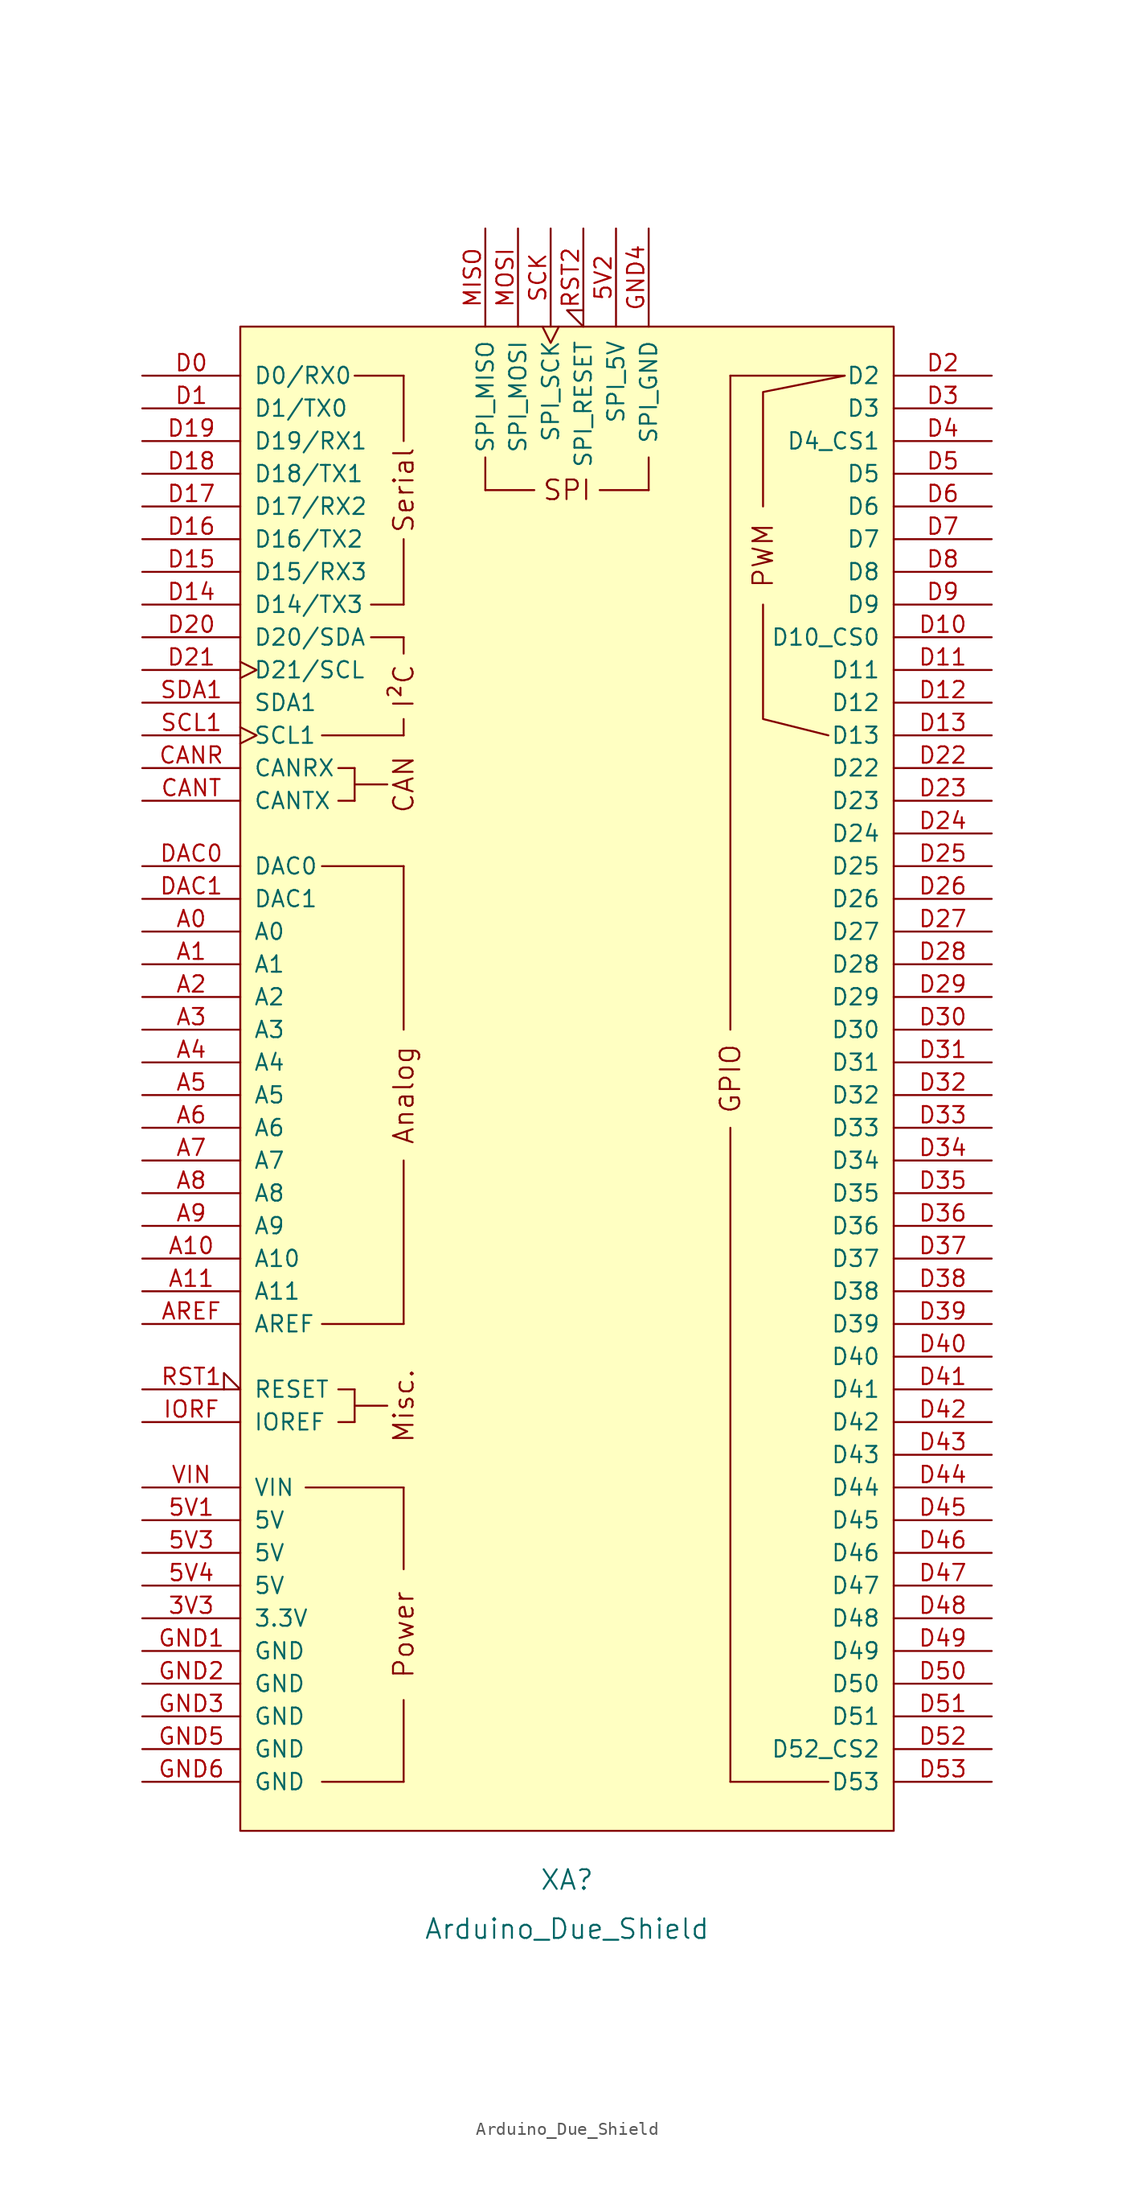
<source format=kicad_sym>
(kicad_symbol_lib
  (version 20211014)
  (generator kicad_symbol_editor)
  (symbol "Arduino_Due_Shield"
    (pin_names
      (offset 1.016))
    (property "Reference" "XA"
      (at 0 -62.23 0)
      (effects (font (size 1.524 1.524))))
    (property "Value" "Arduino_Due_Shield"
      (at 0 -66.04 0)
      (effects (font (size 1.524 1.524))))
    (symbol "Arduino_Due_Shield_0_0"
      (rectangle (start -25.4 -58.42) (end 25.4 58.42) (stroke (width 0) (type default) (color 0 0 0 0)) (fill (type background)))
      (rectangle (start -20.32 -31.75) (end -12.7 -31.75) (stroke (width 0) (type default) (color 0 0 0 0)) (fill (type none)))
      (rectangle (start -19.05 -54.61) (end -12.7 -54.61) (stroke (width 0) (type default) (color 0 0 0 0)) (fill (type none)))
      (rectangle (start -19.05 -19.05) (end -12.7 -19.05) (stroke (width 0) (type default) (color 0 0 0 0)) (fill (type none)))
      (rectangle (start -19.05 16.51) (end -12.7 16.51) (stroke (width 0) (type default) (color 0 0 0 0)) (fill (type none)))
      (rectangle (start -19.05 26.67) (end -12.7 26.67) (stroke (width 0) (type default) (color 0 0 0 0)) (fill (type none)))
      (rectangle (start -17.78 -26.67) (end -16.51 -26.67) (stroke (width 0) (type default) (color 0 0 0 0)) (fill (type none)))
      (rectangle (start -17.78 -24.13) (end -16.51 -24.13) (stroke (width 0) (type default) (color 0 0 0 0)) (fill (type none)))
      (rectangle (start -17.78 21.59) (end -16.51 21.59) (stroke (width 0) (type default) (color 0 0 0 0)) (fill (type none)))
      (rectangle (start -17.78 24.13) (end -16.51 24.13) (stroke (width 0) (type default) (color 0 0 0 0)) (fill (type none)))
      (rectangle (start -16.51 -25.4) (end -13.97 -25.4) (stroke (width 0) (type default) (color 0 0 0 0)) (fill (type none)))
      (rectangle (start -16.51 -24.13) (end -16.51 -26.67) (stroke (width 0) (type default) (color 0 0 0 0)) (fill (type none)))
      (rectangle (start -16.51 22.86) (end -13.97 22.86) (stroke (width 0) (type default) (color 0 0 0 0)) (fill (type none)))
      (rectangle (start -16.51 24.13) (end -16.51 21.59) (stroke (width 0) (type default) (color 0 0 0 0)) (fill (type none)))
      (rectangle (start -16.51 54.61) (end -12.7 54.61) (stroke (width 0) (type default) (color 0 0 0 0)) (fill (type none)))
      (rectangle (start -15.24 34.29) (end -12.7 34.29) (stroke (width 0) (type default) (color 0 0 0 0)) (fill (type none)))
      (rectangle (start -15.24 36.83) (end -12.7 36.83) (stroke (width 0) (type default) (color 0 0 0 0)) (fill (type none)))
      (rectangle (start -12.7 -54.61) (end -12.7 -48.26) (stroke (width 0) (type default) (color 0 0 0 0)) (fill (type none)))
      (rectangle (start -12.7 -31.75) (end -12.7 -38.1) (stroke (width 0) (type default) (color 0 0 0 0)) (fill (type none)))
      (rectangle (start -12.7 -6.35) (end -12.7 -19.05) (stroke (width 0) (type default) (color 0 0 0 0)) (fill (type none)))
      (rectangle (start -12.7 16.51) (end -12.7 3.81) (stroke (width 0) (type default) (color 0 0 0 0)) (fill (type none)))
      (rectangle (start -12.7 26.67) (end -12.7 27.94) (stroke (width 0) (type default) (color 0 0 0 0)) (fill (type none)))
      (rectangle (start -12.7 34.29) (end -12.7 33.02) (stroke (width 0) (type default) (color 0 0 0 0)) (fill (type none)))
      (rectangle (start -12.7 41.91) (end -12.7 36.83) (stroke (width 0) (type default) (color 0 0 0 0)) (fill (type none)))
      (rectangle (start -12.7 49.53) (end -12.7 54.61) (stroke (width 0) (type default) (color 0 0 0 0)) (fill (type none)))
      (rectangle (start -6.35 48.26) (end -6.35 45.72) (stroke (width 0) (type default) (color 0 0 0 0)) (fill (type none)))
      (rectangle (start -2.54 45.72) (end -6.35 45.72) (stroke (width 0) (type default) (color 0 0 0 0)) (fill (type none)))
      (polyline (pts (xy 12.7 -54.61) (xy 20.32 -54.61)) (stroke (width 0) (type default) (color 0 0 0 0)) (fill (type none)))
      (polyline (pts (xy 21.59 54.61) (xy 12.7 54.61)) (stroke (width 0) (type default) (color 0 0 0 0)) (fill (type none)))
      (polyline (pts (xy 15.24 44.45) (xy 15.24 53.34) (xy 21.59 54.61)) (stroke (width 0) (type default) (color 0 0 0 0)) (fill (type none)))
      (polyline (pts (xy 20.32 26.67) (xy 15.24 27.94) (xy 15.24 36.83)) (stroke (width 0) (type default) (color 0 0 0 0)) (fill (type none)))
      (rectangle (start 6.35 45.72) (end 2.54 45.72) (stroke (width 0) (type default) (color 0 0 0 0)) (fill (type none)))
      (rectangle (start 6.35 48.26) (end 6.35 45.72) (stroke (width 0) (type default) (color 0 0 0 0)) (fill (type none)))
      (text "Analog" (at -12.7 -1.27 900) (effects (font (size 1.524 1.524))))
      (text "CAN" (at -12.7 22.86 900) (effects (font (size 1.524 1.524))))
      (text "I²C" (at -12.7 30.48 900) (effects (font (size 1.524 1.524))))
      (text "Misc." (at -12.7 -25.4 900) (effects (font (size 1.524 1.524))))
      (text "Power" (at -12.7 -43.18 900) (effects (font (size 1.524 1.524))))
      (text "PWM" (at 15.24 40.64 900) (effects (font (size 1.524 1.524))))
      (text "Serial" (at -12.7 45.72 900) (effects (font (size 1.524 1.524))))
      (text "SPI" (at 0 45.72 0) (effects (font (size 1.524 1.524)))))
    (symbol "Arduino_Due_Shield_1_0"
      (rectangle (start 12.7 -54.61) (end 12.7 -3.81) (stroke (width 0) (type default) (color 0 0 0 0)) (fill (type none)))
      (rectangle (start 12.7 54.61) (end 12.7 3.81) (stroke (width 0) (type default) (color 0 0 0 0)) (fill (type none)))
      (text "GPIO" (at 12.7 0 900) (effects (font (size 1.524 1.524)))))
    (symbol "Arduino_Due_Shield_1_1"
      (pin power_out line (at -33.02 -41.91 0) (length 7.62) (name "3.3V" (effects (font (size 1.27 1.27)))) (number "3V3" (effects (font (size 1.27 1.27)))))
      (pin power_in line (at -33.02 -34.29 0) (length 7.62) (name "5V" (effects (font (size 1.27 1.27)))) (number "5V1" (effects (font (size 1.27 1.27)))))
      (pin power_in line (at 3.81 66.04 270) (length 7.62) (name "SPI_5V" (effects (font (size 1.27 1.27)))) (number "5V2" (effects (font (size 1.27 1.27)))))
      (pin power_in line (at -33.02 -36.83 0) (length 7.62) (name "5V" (effects (font (size 1.27 1.27)))) (number "5V3" (effects (font (size 1.27 1.27)))))
      (pin power_in line (at -33.02 -39.37 0) (length 7.62) (name "5V" (effects (font (size 1.27 1.27)))) (number "5V4" (effects (font (size 1.27 1.27)))))
      (pin bidirectional line (at -33.02 11.43 0) (length 7.62) (name "A0" (effects (font (size 1.27 1.27)))) (number "A0" (effects (font (size 1.27 1.27)))))
      (pin bidirectional line (at -33.02 8.89 0) (length 7.62) (name "A1" (effects (font (size 1.27 1.27)))) (number "A1" (effects (font (size 1.27 1.27)))))
      (pin bidirectional line (at -33.02 -13.97 0) (length 7.62) (name "A10" (effects (font (size 1.27 1.27)))) (number "A10" (effects (font (size 1.27 1.27)))))
      (pin bidirectional line (at -33.02 -16.51 0) (length 7.62) (name "A11" (effects (font (size 1.27 1.27)))) (number "A11" (effects (font (size 1.27 1.27)))))
      (pin bidirectional line (at -33.02 6.35 0) (length 7.62) (name "A2" (effects (font (size 1.27 1.27)))) (number "A2" (effects (font (size 1.27 1.27)))))
      (pin bidirectional line (at -33.02 3.81 0) (length 7.62) (name "A3" (effects (font (size 1.27 1.27)))) (number "A3" (effects (font (size 1.27 1.27)))))
      (pin bidirectional line (at -33.02 1.27 0) (length 7.62) (name "A4" (effects (font (size 1.27 1.27)))) (number "A4" (effects (font (size 1.27 1.27)))))
      (pin bidirectional line (at -33.02 -1.27 0) (length 7.62) (name "A5" (effects (font (size 1.27 1.27)))) (number "A5" (effects (font (size 1.27 1.27)))))
      (pin bidirectional line (at -33.02 -3.81 0) (length 7.62) (name "A6" (effects (font (size 1.27 1.27)))) (number "A6" (effects (font (size 1.27 1.27)))))
      (pin bidirectional line (at -33.02 -6.35 0) (length 7.62) (name "A7" (effects (font (size 1.27 1.27)))) (number "A7" (effects (font (size 1.27 1.27)))))
      (pin bidirectional line (at -33.02 -8.89 0) (length 7.62) (name "A8" (effects (font (size 1.27 1.27)))) (number "A8" (effects (font (size 1.27 1.27)))))
      (pin bidirectional line (at -33.02 -11.43 0) (length 7.62) (name "A9" (effects (font (size 1.27 1.27)))) (number "A9" (effects (font (size 1.27 1.27)))))
      (pin input line (at -33.02 -19.05 0) (length 7.62) (name "AREF" (effects (font (size 1.27 1.27)))) (number "AREF" (effects (font (size 1.27 1.27)))))
      (pin bidirectional line (at -33.02 24.13 0) (length 7.62) (name "CANRX" (effects (font (size 1.27 1.27)))) (number "CANR" (effects (font (size 1.27 1.27)))))
      (pin bidirectional line (at -33.02 21.59 0) (length 7.62) (name "CANTX" (effects (font (size 1.27 1.27)))) (number "CANT" (effects (font (size 1.27 1.27)))))
      (pin bidirectional line (at -33.02 54.61 0) (length 7.62) (name "D0/RX0" (effects (font (size 1.27 1.27)))) (number "D0" (effects (font (size 1.27 1.27)))))
      (pin bidirectional line (at -33.02 52.07 0) (length 7.62) (name "D1/TX0" (effects (font (size 1.27 1.27)))) (number "D1" (effects (font (size 1.27 1.27)))))
      (pin bidirectional line (at 33.02 34.29 180) (length 7.62) (name "D10_CS0" (effects (font (size 1.27 1.27)))) (number "D10" (effects (font (size 1.27 1.27)))))
      (pin bidirectional line (at 33.02 31.75 180) (length 7.62) (name "D11" (effects (font (size 1.27 1.27)))) (number "D11" (effects (font (size 1.27 1.27)))))
      (pin bidirectional line (at 33.02 29.21 180) (length 7.62) (name "D12" (effects (font (size 1.27 1.27)))) (number "D12" (effects (font (size 1.27 1.27)))))
      (pin bidirectional line (at 33.02 26.67 180) (length 7.62) (name "D13" (effects (font (size 1.27 1.27)))) (number "D13" (effects (font (size 1.27 1.27)))))
      (pin bidirectional line (at -33.02 36.83 0) (length 7.62) (name "D14/TX3" (effects (font (size 1.27 1.27)))) (number "D14" (effects (font (size 1.27 1.27)))))
      (pin bidirectional line (at -33.02 39.37 0) (length 7.62) (name "D15/RX3" (effects (font (size 1.27 1.27)))) (number "D15" (effects (font (size 1.27 1.27)))))
      (pin bidirectional line (at -33.02 41.91 0) (length 7.62) (name "D16/TX2" (effects (font (size 1.27 1.27)))) (number "D16" (effects (font (size 1.27 1.27)))))
      (pin bidirectional line (at -33.02 44.45 0) (length 7.62) (name "D17/RX2" (effects (font (size 1.27 1.27)))) (number "D17" (effects (font (size 1.27 1.27)))))
      (pin bidirectional line (at -33.02 46.99 0) (length 7.62) (name "D18/TX1" (effects (font (size 1.27 1.27)))) (number "D18" (effects (font (size 1.27 1.27)))))
      (pin bidirectional line (at -33.02 49.53 0) (length 7.62) (name "D19/RX1" (effects (font (size 1.27 1.27)))) (number "D19" (effects (font (size 1.27 1.27)))))
      (pin bidirectional line (at 33.02 54.61 180) (length 7.62) (name "D2" (effects (font (size 1.27 1.27)))) (number "D2" (effects (font (size 1.27 1.27)))))
      (pin bidirectional line (at -33.02 34.29 0) (length 7.62) (name "D20/SDA" (effects (font (size 1.27 1.27)))) (number "D20" (effects (font (size 1.27 1.27)))))
      (pin bidirectional clock (at -33.02 31.75 0) (length 7.62) (name "D21/SCL" (effects (font (size 1.27 1.27)))) (number "D21" (effects (font (size 1.27 1.27)))))
      (pin bidirectional line (at 33.02 24.13 180) (length 7.62) (name "D22" (effects (font (size 1.27 1.27)))) (number "D22" (effects (font (size 1.27 1.27)))))
      (pin bidirectional line (at 33.02 21.59 180) (length 7.62) (name "D23" (effects (font (size 1.27 1.27)))) (number "D23" (effects (font (size 1.27 1.27)))))
      (pin bidirectional line (at 33.02 19.05 180) (length 7.62) (name "D24" (effects (font (size 1.27 1.27)))) (number "D24" (effects (font (size 1.27 1.27)))))
      (pin bidirectional line (at 33.02 16.51 180) (length 7.62) (name "D25" (effects (font (size 1.27 1.27)))) (number "D25" (effects (font (size 1.27 1.27)))))
      (pin bidirectional line (at 33.02 13.97 180) (length 7.62) (name "D26" (effects (font (size 1.27 1.27)))) (number "D26" (effects (font (size 1.27 1.27)))))
      (pin bidirectional line (at 33.02 11.43 180) (length 7.62) (name "D27" (effects (font (size 1.27 1.27)))) (number "D27" (effects (font (size 1.27 1.27)))))
      (pin bidirectional line (at 33.02 8.89 180) (length 7.62) (name "D28" (effects (font (size 1.27 1.27)))) (number "D28" (effects (font (size 1.27 1.27)))))
      (pin bidirectional line (at 33.02 6.35 180) (length 7.62) (name "D29" (effects (font (size 1.27 1.27)))) (number "D29" (effects (font (size 1.27 1.27)))))
      (pin bidirectional line (at 33.02 52.07 180) (length 7.62) (name "D3" (effects (font (size 1.27 1.27)))) (number "D3" (effects (font (size 1.27 1.27)))))
      (pin bidirectional line (at 33.02 3.81 180) (length 7.62) (name "D30" (effects (font (size 1.27 1.27)))) (number "D30" (effects (font (size 1.27 1.27)))))
      (pin bidirectional line (at 33.02 1.27 180) (length 7.62) (name "D31" (effects (font (size 1.27 1.27)))) (number "D31" (effects (font (size 1.27 1.27)))))
      (pin bidirectional line (at 33.02 -1.27 180) (length 7.62) (name "D32" (effects (font (size 1.27 1.27)))) (number "D32" (effects (font (size 1.27 1.27)))))
      (pin bidirectional line (at 33.02 -3.81 180) (length 7.62) (name "D33" (effects (font (size 1.27 1.27)))) (number "D33" (effects (font (size 1.27 1.27)))))
      (pin bidirectional line (at 33.02 -6.35 180) (length 7.62) (name "D34" (effects (font (size 1.27 1.27)))) (number "D34" (effects (font (size 1.27 1.27)))))
      (pin bidirectional line (at 33.02 -8.89 180) (length 7.62) (name "D35" (effects (font (size 1.27 1.27)))) (number "D35" (effects (font (size 1.27 1.27)))))
      (pin bidirectional line (at 33.02 -11.43 180) (length 7.62) (name "D36" (effects (font (size 1.27 1.27)))) (number "D36" (effects (font (size 1.27 1.27)))))
      (pin bidirectional line (at 33.02 -13.97 180) (length 7.62) (name "D37" (effects (font (size 1.27 1.27)))) (number "D37" (effects (font (size 1.27 1.27)))))
      (pin bidirectional line (at 33.02 -16.51 180) (length 7.62) (name "D38" (effects (font (size 1.27 1.27)))) (number "D38" (effects (font (size 1.27 1.27)))))
      (pin bidirectional line (at 33.02 -19.05 180) (length 7.62) (name "D39" (effects (font (size 1.27 1.27)))) (number "D39" (effects (font (size 1.27 1.27)))))
      (pin bidirectional line (at 33.02 49.53 180) (length 7.62) (name "D4_CS1" (effects (font (size 1.27 1.27)))) (number "D4" (effects (font (size 1.27 1.27)))))
      (pin bidirectional line (at 33.02 -21.59 180) (length 7.62) (name "D40" (effects (font (size 1.27 1.27)))) (number "D40" (effects (font (size 1.27 1.27)))))
      (pin bidirectional line (at 33.02 -24.13 180) (length 7.62) (name "D41" (effects (font (size 1.27 1.27)))) (number "D41" (effects (font (size 1.27 1.27)))))
      (pin bidirectional line (at 33.02 -26.67 180) (length 7.62) (name "D42" (effects (font (size 1.27 1.27)))) (number "D42" (effects (font (size 1.27 1.27)))))
      (pin bidirectional line (at 33.02 -29.21 180) (length 7.62) (name "D43" (effects (font (size 1.27 1.27)))) (number "D43" (effects (font (size 1.27 1.27)))))
      (pin bidirectional line (at 33.02 -31.75 180) (length 7.62) (name "D44" (effects (font (size 1.27 1.27)))) (number "D44" (effects (font (size 1.27 1.27)))))
      (pin bidirectional line (at 33.02 -34.29 180) (length 7.62) (name "D45" (effects (font (size 1.27 1.27)))) (number "D45" (effects (font (size 1.27 1.27)))))
      (pin bidirectional line (at 33.02 -36.83 180) (length 7.62) (name "D46" (effects (font (size 1.27 1.27)))) (number "D46" (effects (font (size 1.27 1.27)))))
      (pin bidirectional line (at 33.02 -39.37 180) (length 7.62) (name "D47" (effects (font (size 1.27 1.27)))) (number "D47" (effects (font (size 1.27 1.27)))))
      (pin bidirectional line (at 33.02 -41.91 180) (length 7.62) (name "D48" (effects (font (size 1.27 1.27)))) (number "D48" (effects (font (size 1.27 1.27)))))
      (pin bidirectional line (at 33.02 -44.45 180) (length 7.62) (name "D49" (effects (font (size 1.27 1.27)))) (number "D49" (effects (font (size 1.27 1.27)))))
      (pin bidirectional line (at 33.02 46.99 180) (length 7.62) (name "D5" (effects (font (size 1.27 1.27)))) (number "D5" (effects (font (size 1.27 1.27)))))
      (pin bidirectional line (at 33.02 -46.99 180) (length 7.62) (name "D50" (effects (font (size 1.27 1.27)))) (number "D50" (effects (font (size 1.27 1.27)))))
      (pin bidirectional line (at 33.02 -49.53 180) (length 7.62) (name "D51" (effects (font (size 1.27 1.27)))) (number "D51" (effects (font (size 1.27 1.27)))))
      (pin bidirectional line (at 33.02 -52.07 180) (length 7.62) (name "D52_CS2" (effects (font (size 1.27 1.27)))) (number "D52" (effects (font (size 1.27 1.27)))))
      (pin bidirectional line (at 33.02 -54.61 180) (length 7.62) (name "D53" (effects (font (size 1.27 1.27)))) (number "D53" (effects (font (size 1.27 1.27)))))
      (pin bidirectional line (at 33.02 44.45 180) (length 7.62) (name "D6" (effects (font (size 1.27 1.27)))) (number "D6" (effects (font (size 1.27 1.27)))))
      (pin bidirectional line (at 33.02 41.91 180) (length 7.62) (name "D7" (effects (font (size 1.27 1.27)))) (number "D7" (effects (font (size 1.27 1.27)))))
      (pin bidirectional line (at 33.02 39.37 180) (length 7.62) (name "D8" (effects (font (size 1.27 1.27)))) (number "D8" (effects (font (size 1.27 1.27)))))
      (pin bidirectional line (at 33.02 36.83 180) (length 7.62) (name "D9" (effects (font (size 1.27 1.27)))) (number "D9" (effects (font (size 1.27 1.27)))))
      (pin bidirectional line (at -33.02 16.51 0) (length 7.62) (name "DAC0" (effects (font (size 1.27 1.27)))) (number "DAC0" (effects (font (size 1.27 1.27)))))
      (pin bidirectional line (at -33.02 13.97 0) (length 7.62) (name "DAC1" (effects (font (size 1.27 1.27)))) (number "DAC1" (effects (font (size 1.27 1.27)))))
      (pin power_in line (at -33.02 -44.45 0) (length 7.62) (name "GND" (effects (font (size 1.27 1.27)))) (number "GND1" (effects (font (size 1.27 1.27)))))
      (pin power_in line (at -33.02 -46.99 0) (length 7.62) (name "GND" (effects (font (size 1.27 1.27)))) (number "GND2" (effects (font (size 1.27 1.27)))))
      (pin power_in line (at -33.02 -49.53 0) (length 7.62) (name "GND" (effects (font (size 1.27 1.27)))) (number "GND3" (effects (font (size 1.27 1.27)))))
      (pin power_in line (at 6.35 66.04 270) (length 7.62) (name "SPI_GND" (effects (font (size 1.27 1.27)))) (number "GND4" (effects (font (size 1.27 1.27)))))
      (pin power_in line (at -33.02 -52.07 0) (length 7.62) (name "GND" (effects (font (size 1.27 1.27)))) (number "GND5" (effects (font (size 1.27 1.27)))))
      (pin power_in line (at -33.02 -54.61 0) (length 7.62) (name "GND" (effects (font (size 1.27 1.27)))) (number "GND6" (effects (font (size 1.27 1.27)))))
      (pin output line (at -33.02 -26.67 0) (length 7.62) (name "IOREF" (effects (font (size 1.27 1.27)))) (number "IORF" (effects (font (size 1.27 1.27)))))
      (pin input line (at -6.35 66.04 270) (length 7.62) (name "SPI_MISO" (effects (font (size 1.27 1.27)))) (number "MISO" (effects (font (size 1.27 1.27)))))
      (pin output line (at -3.81 66.04 270) (length 7.62) (name "SPI_MOSI" (effects (font (size 1.27 1.27)))) (number "MOSI" (effects (font (size 1.27 1.27)))))
      (pin open_collector input_low (at -33.02 -24.13 0) (length 7.62) (name "RESET" (effects (font (size 1.27 1.27)))) (number "RST1" (effects (font (size 1.27 1.27)))))
      (pin open_collector input_low (at 1.27 66.04 270) (length 7.62) (name "SPI_RESET" (effects (font (size 1.27 1.27)))) (number "RST2" (effects (font (size 1.27 1.27)))))
      (pin output clock (at -1.27 66.04 270) (length 7.62) (name "SPI_SCK" (effects (font (size 1.27 1.27)))) (number "SCK" (effects (font (size 1.27 1.27)))))
      (pin bidirectional clock (at -33.02 26.67 0) (length 7.62) (name "SCL1" (effects (font (size 1.27 1.27)))) (number "SCL1" (effects (font (size 1.27 1.27)))))
      (pin bidirectional line (at -33.02 29.21 0) (length 7.62) (name "SDA1" (effects (font (size 1.27 1.27)))) (number "SDA1" (effects (font (size 1.27 1.27)))))
      (pin power_in line (at -33.02 -31.75 0) (length 7.62) (name "VIN" (effects (font (size 1.27 1.27)))) (number "VIN" (effects (font (size 1.27 1.27))))))))
</source>
